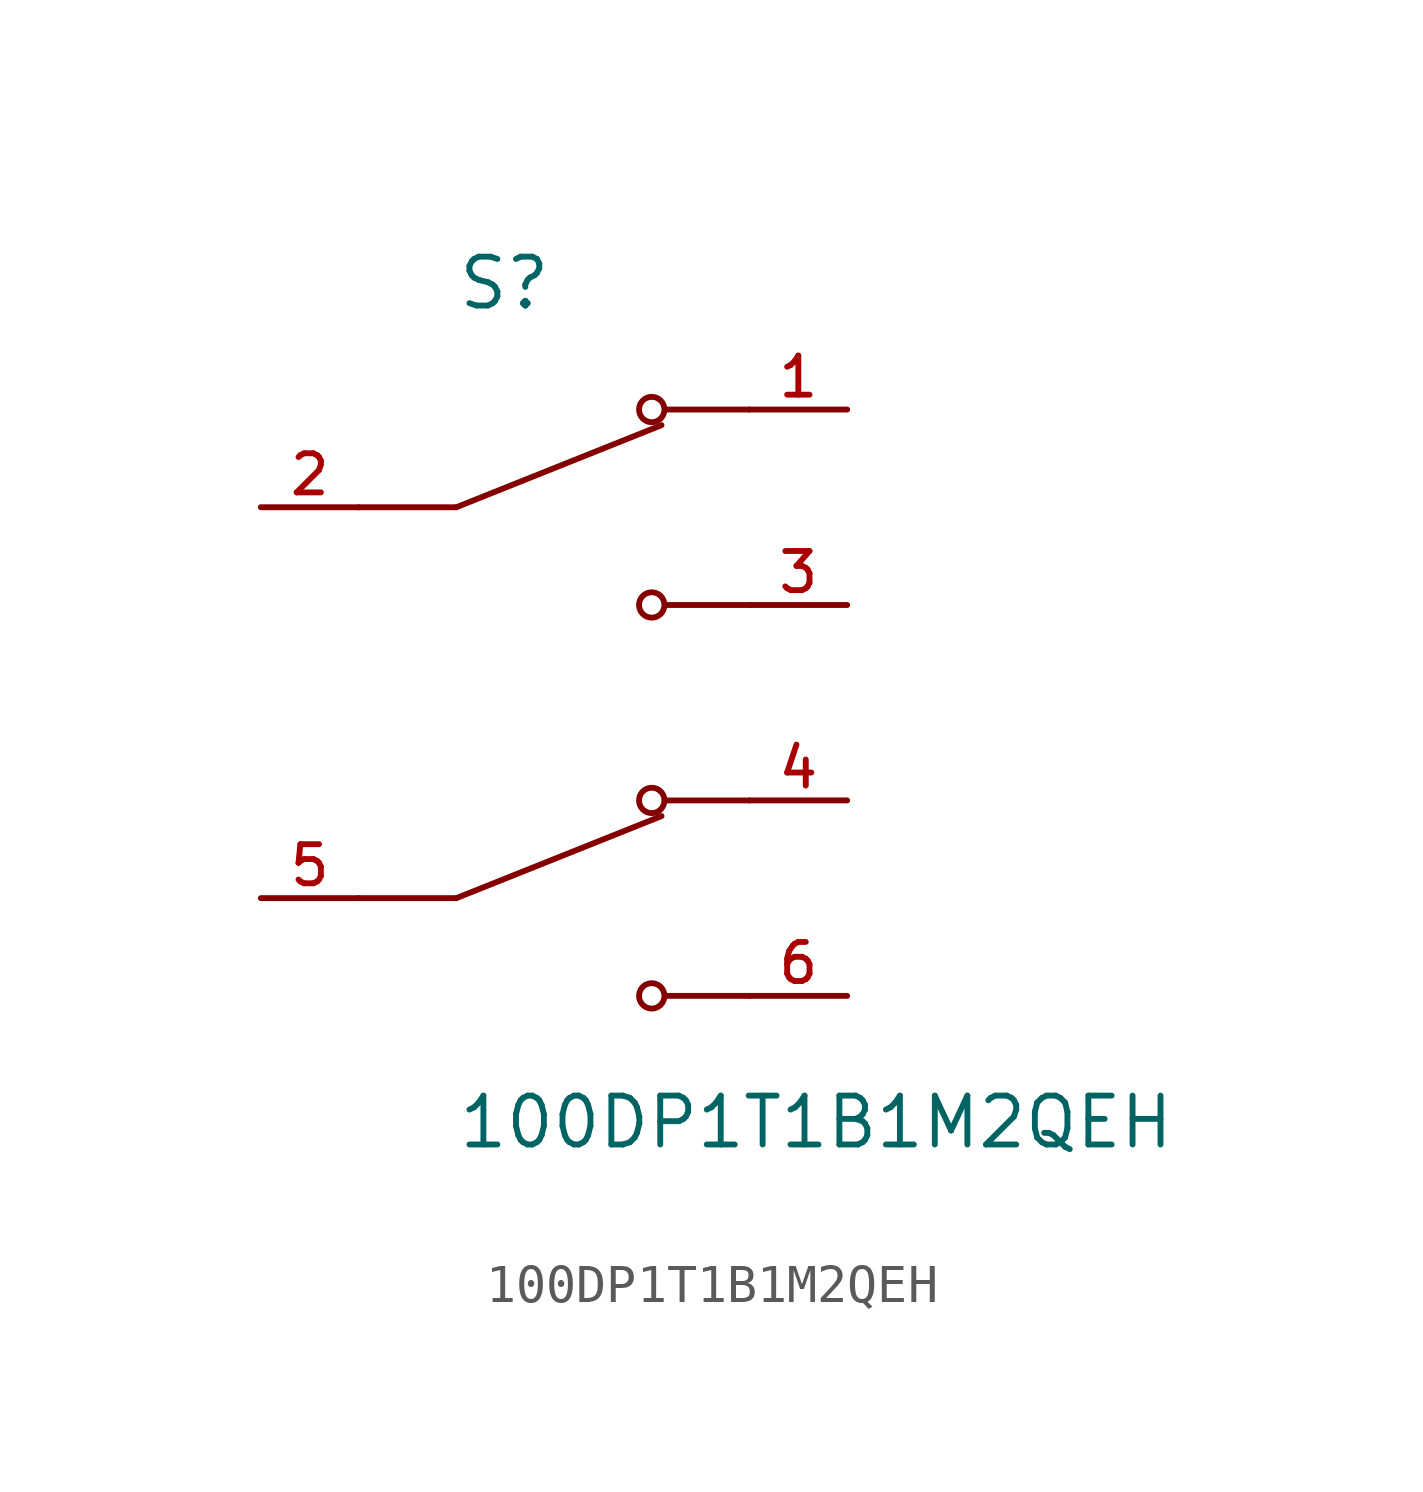
<source format=kicad_sym>
(kicad_symbol_lib
  (version 20211014)
  (generator kicad_symbol_editor)
  (symbol "100DP1T1B1M2QEH"
    (pin_names
      (offset 1.016))
    (property "Reference" "S"
      (at -2.54 10.16 0)
      (effects (font (size 1.27 1.27)) (justify bottom left)))
    (property "Value" "100DP1T1B1M2QEH"
      (at -2.54 -10.16 0)
      (effects (font (size 1.27 1.27)) (justify top left)))
    (symbol "100DP1T1B1M2QEH_0_0"
      (polyline (pts (xy -2.54 5.08) (xy 2.794 7.214)) (stroke (width 0.152)))
      (circle (center 2.54 7.62) (radius 0.33) (stroke (width 0.152)) (fill (type none)))
      (circle (center 2.54 2.54) (radius 0.33) (stroke (width 0.152)) (fill (type none)))
      (polyline (pts (xy 5.08 2.54) (xy 2.921 2.54)) (stroke (width 0.152)))
      (polyline (pts (xy 5.08 7.62) (xy 2.921 7.62)) (stroke (width 0.152)))
      (polyline (pts (xy -2.54 5.08) (xy -5.08 5.08)) (stroke (width 0.152)))
      (polyline (pts (xy -2.54 -5.08) (xy 2.794 -2.946)) (stroke (width 0.152)))
      (circle (center 2.54 -2.54) (radius 0.33) (stroke (width 0.152)) (fill (type none)))
      (circle (center 2.54 -7.62) (radius 0.33) (stroke (width 0.152)) (fill (type none)))
      (polyline (pts (xy 5.08 -7.62) (xy 2.921 -7.62)) (stroke (width 0.152)))
      (polyline (pts (xy 5.08 -2.54) (xy 2.921 -2.54)) (stroke (width 0.152)))
      (polyline (pts (xy -2.54 -5.08) (xy -5.08 -5.08)) (stroke (width 0.152)))
      (pin passive line (at 7.62 7.62 180.0) (length 2.54) (name "~" (effects (font (size 1.016 1.016)))) (number "1" (effects (font (size 1.016 1.016)))))
      (pin passive line (at -7.62 5.08 0) (length 2.54) (name "~" (effects (font (size 1.016 1.016)))) (number "2" (effects (font (size 1.016 1.016)))))
      (pin passive line (at 7.62 2.54 180.0) (length 2.54) (name "~" (effects (font (size 1.016 1.016)))) (number "3" (effects (font (size 1.016 1.016)))))
      (pin passive line (at 7.62 -2.54 180.0) (length 2.54) (name "~" (effects (font (size 1.016 1.016)))) (number "4" (effects (font (size 1.016 1.016)))))
      (pin passive line (at -7.62 -5.08 0) (length 2.54) (name "~" (effects (font (size 1.016 1.016)))) (number "5" (effects (font (size 1.016 1.016)))))
      (pin passive line (at 7.62 -7.62 180.0) (length 2.54) (name "~" (effects (font (size 1.016 1.016)))) (number "6" (effects (font (size 1.016 1.016))))))))
</source>
